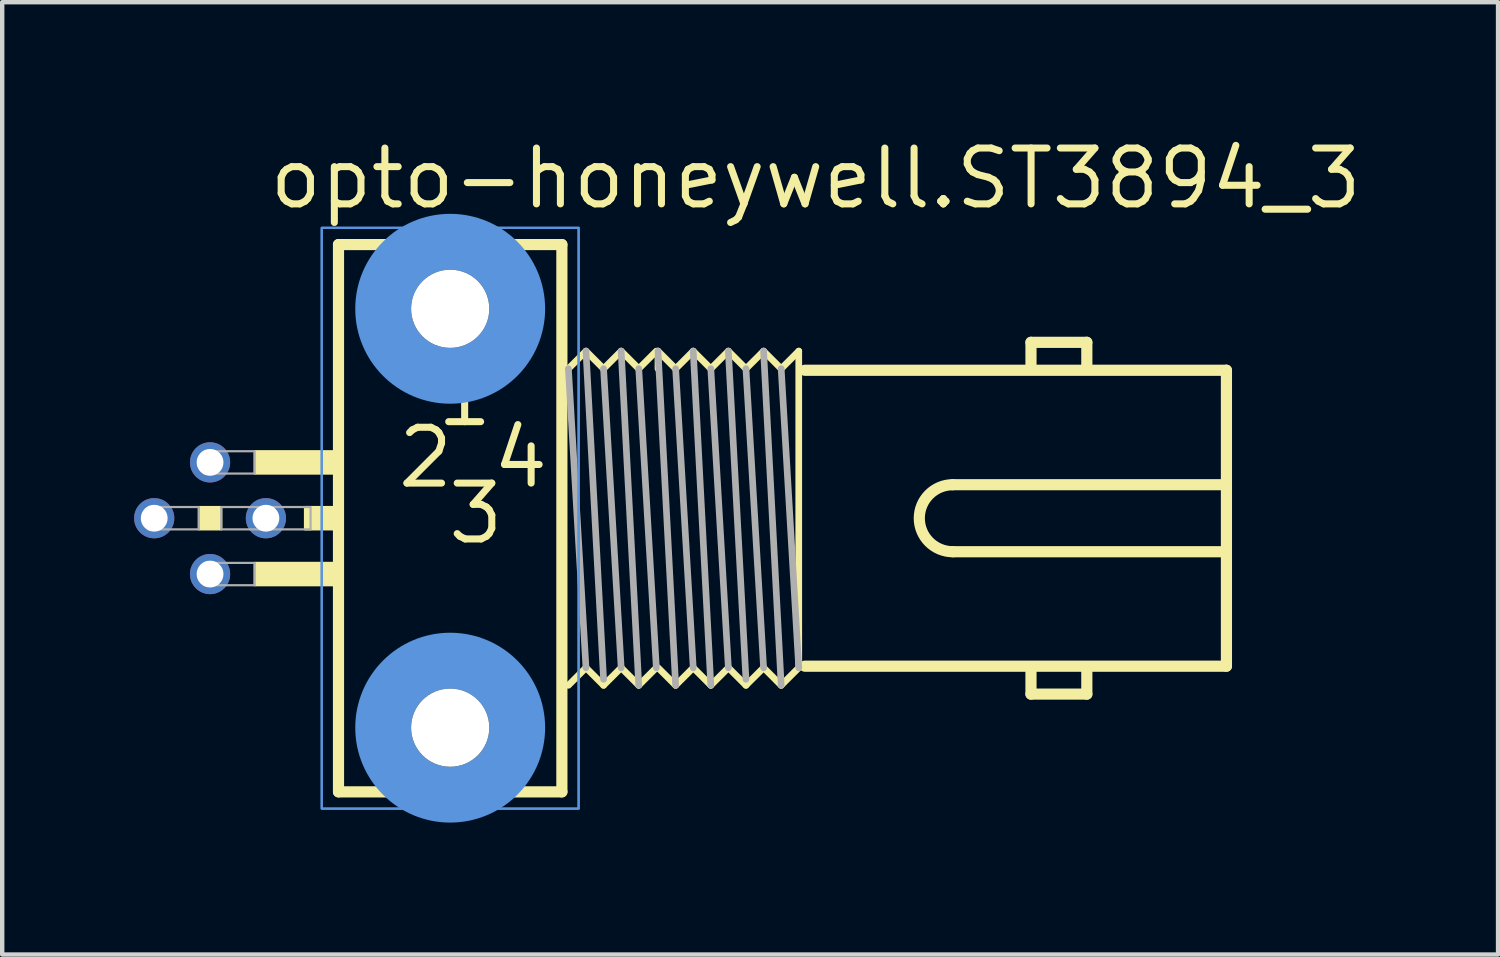
<source format=kicad_pcb>
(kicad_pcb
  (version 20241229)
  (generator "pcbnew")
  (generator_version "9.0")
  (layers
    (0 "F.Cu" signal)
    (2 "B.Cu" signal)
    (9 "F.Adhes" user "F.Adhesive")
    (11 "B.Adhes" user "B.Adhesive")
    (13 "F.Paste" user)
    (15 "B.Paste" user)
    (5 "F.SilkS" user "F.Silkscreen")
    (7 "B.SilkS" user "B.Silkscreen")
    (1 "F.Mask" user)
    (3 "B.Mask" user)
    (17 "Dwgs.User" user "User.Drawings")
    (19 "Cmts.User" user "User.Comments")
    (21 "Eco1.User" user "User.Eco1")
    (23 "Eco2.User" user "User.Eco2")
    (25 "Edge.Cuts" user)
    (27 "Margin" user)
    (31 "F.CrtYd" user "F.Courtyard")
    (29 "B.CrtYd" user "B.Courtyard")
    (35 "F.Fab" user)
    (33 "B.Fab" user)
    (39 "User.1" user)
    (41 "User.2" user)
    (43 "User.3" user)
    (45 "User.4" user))
  (footprint "opto-honeywell.ST3894_3"
    (layer "F.Cu")
    (at 8.077 8.735)
    (property "Reference" "opto-honeywell.ST3894_3" (at -5.08 -6.985 0) (layer "F.SilkS") (effects (font (size 1.27 1.27) (thickness 0.16)) (justify left bottom)))
    (attr through_hole)
    (fp_line (start -3.429 -6.223) (end 1.651 -6.223) (stroke (width 0.254) (type default)) (layer "F.SilkS"))
    (fp_line (start -3.429 6.223) (end -3.429 -6.223) (stroke (width 0.254) (type default)) (layer "F.SilkS"))
    (fp_line (start 1.651 -6.223) (end 1.651 6.223) (stroke (width 0.254) (type default)) (layer "F.SilkS"))
    (fp_line (start 1.651 6.223) (end -3.429 6.223) (stroke (width 0.254) (type default)) (layer "F.SilkS"))
    (fp_line (start 2.199 -3.8) (end 1.799 -3.4) (stroke (width 0.152) (type default)) (layer "F.SilkS"))
    (fp_line (start 2.199 3.4) (end 1.799 3.8) (stroke (width 0.152) (type default)) (layer "F.SilkS"))
    (fp_line (start 2.599 -3.4) (end 2.199 -3.8) (stroke (width 0.152) (type default)) (layer "F.SilkS"))
    (fp_line (start 2.599 3.8) (end 2.199 3.4) (stroke (width 0.152) (type default)) (layer "F.SilkS"))
    (fp_line (start 2.999 -3.8) (end 2.599 -3.4) (stroke (width 0.152) (type default)) (layer "F.SilkS"))
    (fp_line (start 2.999 3.4) (end 2.599 3.8) (stroke (width 0.152) (type default)) (layer "F.SilkS"))
    (fp_line (start 3.399 -3.4) (end 2.999 -3.8) (stroke (width 0.152) (type default)) (layer "F.SilkS"))
    (fp_line (start 3.399 3.8) (end 2.999 3.4) (stroke (width 0.152) (type default)) (layer "F.SilkS"))
    (fp_line (start 3.799 -3.8) (end 3.399 -3.4) (stroke (width 0.152) (type default)) (layer "F.SilkS"))
    (fp_line (start 3.799 3.4) (end 3.399 3.8) (stroke (width 0.152) (type default)) (layer "F.SilkS"))
    (fp_line (start 3.837 -3.4) (end 3.837 -3.8) (stroke (width 0.152) (type default)) (layer "F.SilkS"))
    (fp_line (start 4.238 -3.4) (end 3.837 -3.8) (stroke (width 0.152) (type default)) (layer "F.SilkS"))
    (fp_line (start 4.238 3.8) (end 3.837 3.4) (stroke (width 0.152) (type default)) (layer "F.SilkS"))
    (fp_line (start 4.638 -3.8) (end 4.238 -3.4) (stroke (width 0.152) (type default)) (layer "F.SilkS"))
    (fp_line (start 4.638 3.4) (end 4.238 3.8) (stroke (width 0.152) (type default)) (layer "F.SilkS"))
    (fp_line (start 5.038 -3.4) (end 4.638 -3.8) (stroke (width 0.152) (type default)) (layer "F.SilkS"))
    (fp_line (start 5.038 3.8) (end 4.638 3.4) (stroke (width 0.152) (type default)) (layer "F.SilkS"))
    (fp_line (start 5.437 -3.8) (end 5.038 -3.4) (stroke (width 0.152) (type default)) (layer "F.SilkS"))
    (fp_line (start 5.437 3.4) (end 5.038 3.8) (stroke (width 0.152) (type default)) (layer "F.SilkS"))
    (fp_line (start 5.837 -3.4) (end 5.437 -3.8) (stroke (width 0.152) (type default)) (layer "F.SilkS"))
    (fp_line (start 5.837 3.8) (end 5.437 3.4) (stroke (width 0.152) (type default)) (layer "F.SilkS"))
    (fp_line (start 6.238 -3.8) (end 5.837 -3.4) (stroke (width 0.152) (type default)) (layer "F.SilkS"))
    (fp_line (start 6.238 3.4) (end 5.837 3.8) (stroke (width 0.152) (type default)) (layer "F.SilkS"))
    (fp_line (start 6.638 -3.4) (end 6.238 -3.8) (stroke (width 0.152) (type default)) (layer "F.SilkS"))
    (fp_line (start 6.638 3.8) (end 6.238 3.4) (stroke (width 0.152) (type default)) (layer "F.SilkS"))
    (fp_line (start 7.038 -3.8) (end 6.638 -3.4) (stroke (width 0.152) (type default)) (layer "F.SilkS"))
    (fp_line (start 7.038 -3.8) (end 7.038 3.331) (stroke (width 0.152) (type default)) (layer "F.SilkS"))
    (fp_line (start 7.038 3.4) (end 6.638 3.8) (stroke (width 0.152) (type default)) (layer "F.SilkS"))
    (fp_line (start 7.176 3.365) (end 16.764 3.365) (stroke (width 0.254) (type default)) (layer "F.SilkS"))
    (fp_line (start 10.541 0.762) (end 16.764 0.762) (stroke (width 0.254) (type default)) (layer "F.SilkS"))
    (fp_line (start 12.319 -4) (end 13.589 -4) (stroke (width 0.254) (type default)) (layer "F.SilkS"))
    (fp_line (start 12.319 -3.429) (end 12.319 -4) (stroke (width 0.254) (type default)) (layer "F.SilkS"))
    (fp_line (start 12.319 4) (end 12.319 3.429) (stroke (width 0.254) (type default)) (layer "F.SilkS"))
    (fp_line (start 13.589 -4) (end 13.589 -3.429) (stroke (width 0.254) (type default)) (layer "F.SilkS"))
    (fp_line (start 13.589 3.429) (end 13.589 4) (stroke (width 0.254) (type default)) (layer "F.SilkS"))
    (fp_line (start 13.589 4) (end 12.319 4) (stroke (width 0.254) (type default)) (layer "F.SilkS"))
    (fp_line (start 16.764 -3.365) (end 7.176 -3.365) (stroke (width 0.254) (type default)) (layer "F.SilkS"))
    (fp_line (start 16.764 -0.762) (end 10.541 -0.762) (stroke (width 0.254) (type default)) (layer "F.SilkS"))
    (fp_line (start 16.764 -0.762) (end 16.764 -3.365) (stroke (width 0.254) (type default)) (layer "F.SilkS"))
    (fp_line (start 16.764 0.762) (end 16.764 -0.762) (stroke (width 0.254) (type default)) (layer "F.SilkS"))
    (fp_line (start 16.764 3.365) (end 16.764 0.762) (stroke (width 0.254) (type default)) (layer "F.SilkS"))
    (fp_rect (start -6.604 0.254) (end -6.096 -0.254) (stroke (width 0.05) (type default)) (fill yes) (layer "F.SilkS"))
    (fp_rect (start -5.334 -1.016) (end -3.429 -1.524) (stroke (width 0.05) (type default)) (fill yes) (layer "F.SilkS"))
    (fp_rect (start -5.334 1.524) (end -3.429 1.016) (stroke (width 0.05) (type default)) (fill yes) (layer "F.SilkS"))
    (fp_rect (start -4.191 0.254) (end -3.429 -0.254) (stroke (width 0.05) (type default)) (fill yes) (layer "F.SilkS"))
    (fp_arc (start 10.541 0.762) (mid 9.779 0) (end 10.541 -0.762) (stroke (width 0.254) (type default)) (layer "F.SilkS"))
    (fp_rect (start -3.81 6.604) (end 2.032 -6.604) (stroke (width 0.05) (type default)) (fill no) (layer "Cmts.User"))
    (fp_rect (start -3.81 6.604) (end 2.032 -6.604) (stroke (width 0.05) (type default)) (fill no) (layer "Cmts.User"))
    (fp_circle (center -0.889 -4.763) (end 0.635 -4.763) (stroke (width 1.27) (type default)) (fill no) (layer "Cmts.User"))
    (fp_circle (center -0.889 4.763) (end 0.635 4.763) (stroke (width 1.27) (type default)) (fill no) (layer "Cmts.User"))
    (fp_line (start 2.199 3.4) (end 1.799 -3.4) (stroke (width 0.152) (type default)) (layer "F.Fab"))
    (fp_line (start 2.599 3.663) (end 2.199 -3.8) (stroke (width 0.152) (type default)) (layer "F.Fab"))
    (fp_line (start 2.999 3.4) (end 2.599 -3.4) (stroke (width 0.152) (type default)) (layer "F.Fab"))
    (fp_line (start 3.399 3.8) (end 2.999 -3.8) (stroke (width 0.152) (type default)) (layer "F.Fab"))
    (fp_line (start 3.799 3.4) (end 3.399 -3.4) (stroke (width 0.152) (type default)) (layer "F.Fab"))
    (fp_line (start 4.238 3.8) (end 3.837 -3.8) (stroke (width 0.152) (type default)) (layer "F.Fab"))
    (fp_line (start 4.638 3.4) (end 4.238 -3.4) (stroke (width 0.152) (type default)) (layer "F.Fab"))
    (fp_line (start 5.038 3.8) (end 4.638 -3.8) (stroke (width 0.152) (type default)) (layer "F.Fab"))
    (fp_line (start 5.437 3.4) (end 5.038 -3.4) (stroke (width 0.152) (type default)) (layer "F.Fab"))
    (fp_line (start 5.837 3.663) (end 5.437 -3.8) (stroke (width 0.152) (type default)) (layer "F.Fab"))
    (fp_line (start 6.238 3.4) (end 5.837 -3.4) (stroke (width 0.152) (type default)) (layer "F.Fab"))
    (fp_line (start 6.638 3.8) (end 6.238 -3.8) (stroke (width 0.152) (type default)) (layer "F.Fab"))
    (fp_line (start 7.038 3.4) (end 6.638 -3.4) (stroke (width 0.152) (type default)) (layer "F.Fab"))
    (fp_rect (start -7.747 0.254) (end -6.604 -0.254) (stroke (width 0.05) (type default)) (fill no) (layer "F.Fab"))
    (fp_rect (start -6.477 -1.016) (end -5.334 -1.524) (stroke (width 0.05) (type default)) (fill no) (layer "F.Fab"))
    (fp_rect (start -6.477 1.524) (end -5.334 1.016) (stroke (width 0.05) (type default)) (fill no) (layer "F.Fab"))
    (fp_rect (start -6.096 0.254) (end -4.953 -0.254) (stroke (width 0.05) (type default)) (fill no) (layer "F.Fab"))
    (fp_rect (start -5.207 0.254) (end -4.064 -0.254) (stroke (width 0.05) (type default)) (fill no) (layer "F.Fab"))
    (fp_text user "3" (at -1.016 0.635 180) (layer "F.SilkS") (effects (font (size 1.27 1.27) (thickness 0.16)) (justify left bottom)))
    (fp_text user "2" (at -2.159 -0.635 180) (layer "F.SilkS") (effects (font (size 1.27 1.27) (thickness 0.16)) (justify left bottom)))
    (fp_text user "4" (at 0 -0.635 180) (layer "F.SilkS") (effects (font (size 1.27 1.27) (thickness 0.16)) (justify left bottom)))
    (fp_text user "1" (at -1.27 -2.032 180) (layer "F.SilkS") (effects (font (size 1.27 1.27) (thickness 0.16)) (justify left bottom)))
    (pad "" np_thru_hole circle (at -0.889 -4.763) (size 1.778 1.778) (drill 1.778) (layers "*.Cu" "*.Mask"))
    (pad "" np_thru_hole circle (at -0.889 4.763) (size 1.778 1.778) (drill 1.778) (layers "*.Cu" "*.Mask"))
    (pad "1" thru_hole circle (at -6.35 -1.27) (size 0.914 0.914) (drill 0.61) (layers "*.Cu" "*.Mask"))
    (pad "2" thru_hole circle (at -7.62 0) (size 0.914 0.914) (drill 0.61) (layers "*.Cu" "*.Mask"))
    (pad "3" thru_hole circle (at -6.35 1.27) (size 0.914 0.914) (drill 0.61) (layers "*.Cu" "*.Mask"))
    (pad "4" thru_hole circle (at -5.08 0) (size 0.914 0.914) (drill 0.61) (layers "*.Cu" "*.Mask")))
  (gr_rect
    (start -3 -3)
    (end 31.018 18.657)
    (stroke (width 0.1) (type default))
    (fill no)
    (layer "Edge.Cuts")))
</source>
